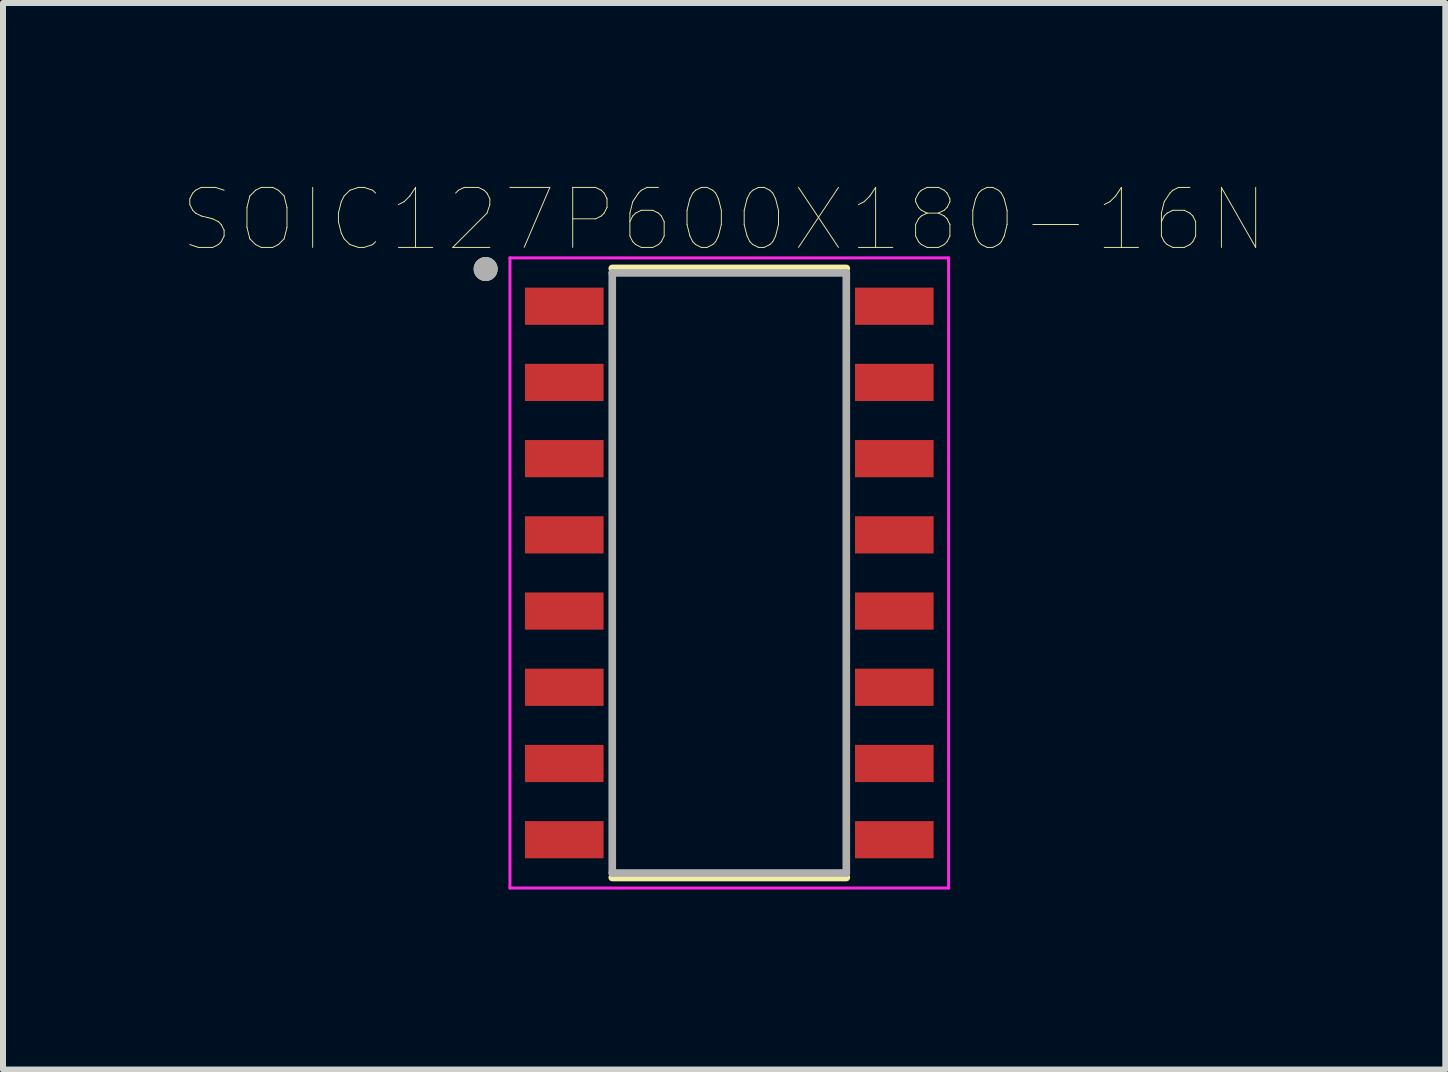
<source format=kicad_pcb>
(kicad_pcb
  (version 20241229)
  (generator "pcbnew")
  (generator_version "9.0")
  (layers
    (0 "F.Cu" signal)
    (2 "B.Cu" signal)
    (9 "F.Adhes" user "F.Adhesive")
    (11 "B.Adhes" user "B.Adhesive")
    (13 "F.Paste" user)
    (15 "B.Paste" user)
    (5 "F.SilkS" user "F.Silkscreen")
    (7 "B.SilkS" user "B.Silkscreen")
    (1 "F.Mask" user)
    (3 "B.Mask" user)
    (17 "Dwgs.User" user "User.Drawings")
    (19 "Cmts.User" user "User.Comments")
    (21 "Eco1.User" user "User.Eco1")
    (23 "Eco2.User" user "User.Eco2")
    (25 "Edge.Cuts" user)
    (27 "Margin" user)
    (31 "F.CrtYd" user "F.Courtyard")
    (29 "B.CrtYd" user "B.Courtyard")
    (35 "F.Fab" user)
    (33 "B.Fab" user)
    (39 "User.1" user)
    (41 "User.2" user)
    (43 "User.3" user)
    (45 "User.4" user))
  (footprint "SOIC127P600X180-16N"
    (layer "F.Cu")
    (at 9.103 6.498)
    (property "Reference" "SOIC127P600X180-16N" (at -0.085 -5.887 0) (layer "F.SilkS") (effects (font (size 1 1) (thickness 0.015))))
    (attr through_hole)
    (fp_line (start -1.95 -5.075) (end 1.95 -5.075) (stroke (width 0.127) (type solid)) (layer "F.SilkS"))
    (fp_line (start -1.95 5.075) (end 1.95 5.075) (stroke (width 0.127) (type solid)) (layer "F.SilkS"))
    (fp_circle (center -4.06 -5.065) (end -3.96 -5.065) (stroke (width 0.2) (type solid)) (fill no) (layer "F.SilkS"))
    (fp_line (start -3.655 -5.25) (end -3.655 5.25) (stroke (width 0.05) (type solid)) (layer "F.CrtYd"))
    (fp_line (start -3.655 -5.25) (end 3.655 -5.25) (stroke (width 0.05) (type solid)) (layer "F.CrtYd"))
    (fp_line (start -3.655 5.25) (end 3.655 5.25) (stroke (width 0.05) (type solid)) (layer "F.CrtYd"))
    (fp_line (start 3.655 -5.25) (end 3.655 5.25) (stroke (width 0.05) (type solid)) (layer "F.CrtYd"))
    (fp_line (start -1.95 -5) (end -1.95 5) (stroke (width 0.127) (type solid)) (layer "F.Fab"))
    (fp_line (start -1.95 -5) (end 1.95 -5) (stroke (width 0.127) (type solid)) (layer "F.Fab"))
    (fp_line (start -1.95 5) (end 1.95 5) (stroke (width 0.127) (type solid)) (layer "F.Fab"))
    (fp_line (start 1.95 -5) (end 1.95 5) (stroke (width 0.127) (type solid)) (layer "F.Fab"))
    (fp_circle (center -4.06 -5.065) (end -3.96 -5.065) (stroke (width 0.2) (type solid)) (fill no) (layer "F.Fab"))
    (pad "1" smd rect (at -2.75 -4.445) (size 1.31 0.62) (layers "F.Cu" "F.Mask" "F.Paste"))
    (pad "2" smd rect (at -2.75 -3.175) (size 1.31 0.62) (layers "F.Cu" "F.Mask" "F.Paste"))
    (pad "3" smd rect (at -2.75 -1.905) (size 1.31 0.62) (layers "F.Cu" "F.Mask" "F.Paste"))
    (pad "4" smd rect (at -2.75 -0.635) (size 1.31 0.62) (layers "F.Cu" "F.Mask" "F.Paste"))
    (pad "5" smd rect (at -2.75 0.635) (size 1.31 0.62) (layers "F.Cu" "F.Mask" "F.Paste"))
    (pad "6" smd rect (at -2.75 1.905) (size 1.31 0.62) (layers "F.Cu" "F.Mask" "F.Paste"))
    (pad "7" smd rect (at -2.75 3.175) (size 1.31 0.62) (layers "F.Cu" "F.Mask" "F.Paste"))
    (pad "8" smd rect (at -2.75 4.445) (size 1.31 0.62) (layers "F.Cu" "F.Mask" "F.Paste"))
    (pad "9" smd rect (at 2.75 4.445) (size 1.31 0.62) (layers "F.Cu" "F.Mask" "F.Paste"))
    (pad "10" smd rect (at 2.75 3.175) (size 1.31 0.62) (layers "F.Cu" "F.Mask" "F.Paste"))
    (pad "11" smd rect (at 2.75 1.905) (size 1.31 0.62) (layers "F.Cu" "F.Mask" "F.Paste"))
    (pad "12" smd rect (at 2.75 0.635) (size 1.31 0.62) (layers "F.Cu" "F.Mask" "F.Paste"))
    (pad "13" smd rect (at 2.75 -0.635) (size 1.31 0.62) (layers "F.Cu" "F.Mask" "F.Paste"))
    (pad "14" smd rect (at 2.75 -1.905) (size 1.31 0.62) (layers "F.Cu" "F.Mask" "F.Paste"))
    (pad "15" smd rect (at 2.75 -3.175) (size 1.31 0.62) (layers "F.Cu" "F.Mask" "F.Paste"))
    (pad "16" smd rect (at 2.75 -4.445) (size 1.31 0.62) (layers "F.Cu" "F.Mask" "F.Paste")))
  (gr_rect
    (start -3 -3)
    (end 21.035 14.773)
    (stroke (width 0.1) (type default))
    (fill no)
    (layer "Edge.Cuts")))
</source>
